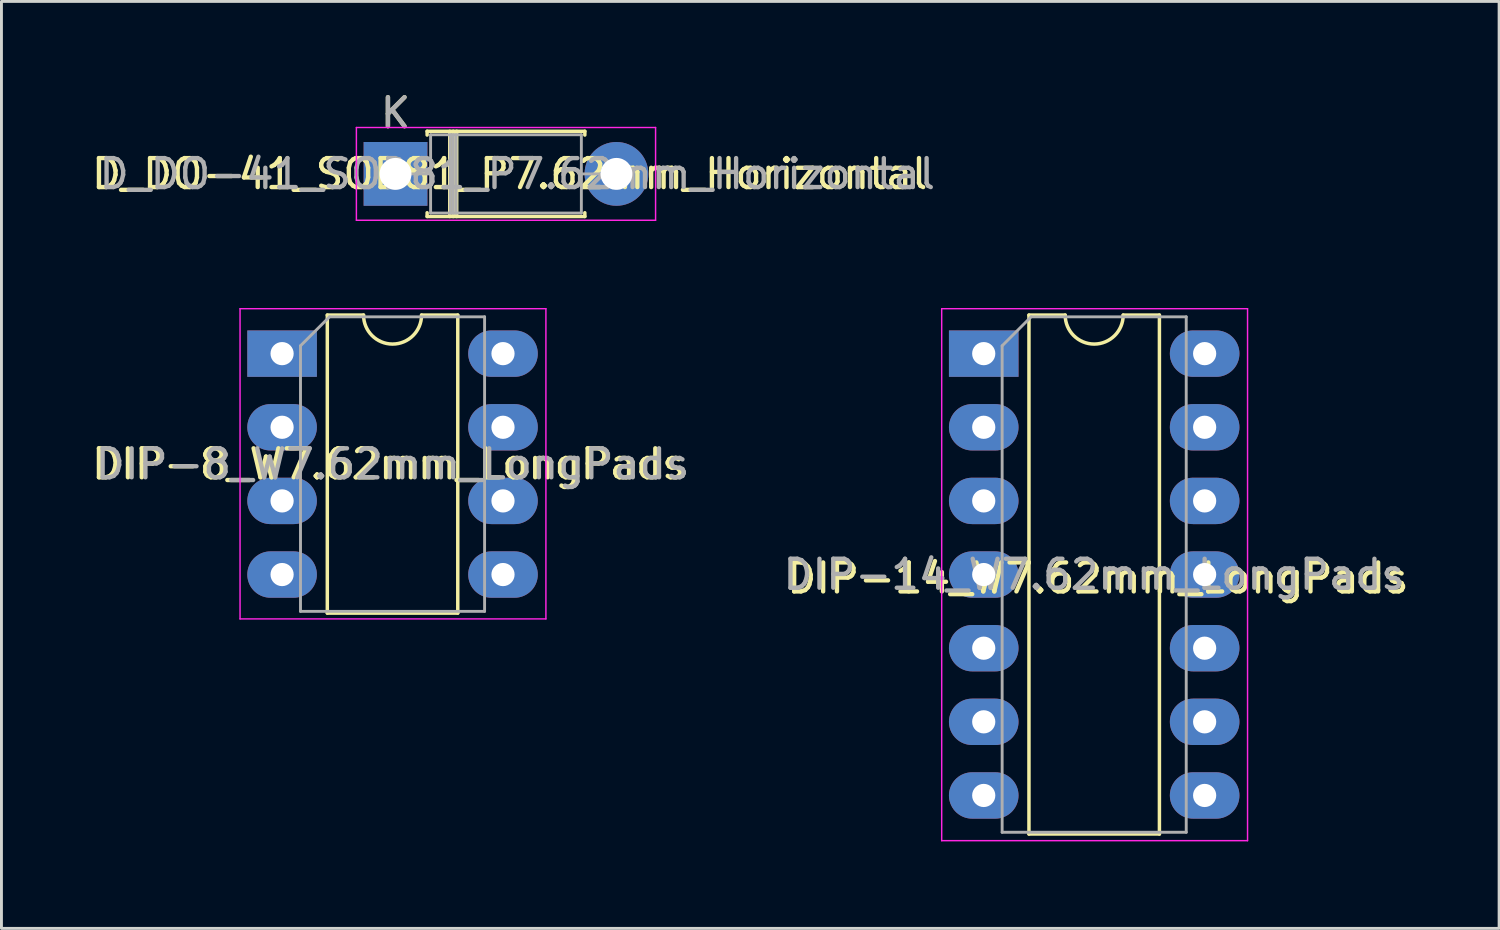
<source format=kicad_pcb>
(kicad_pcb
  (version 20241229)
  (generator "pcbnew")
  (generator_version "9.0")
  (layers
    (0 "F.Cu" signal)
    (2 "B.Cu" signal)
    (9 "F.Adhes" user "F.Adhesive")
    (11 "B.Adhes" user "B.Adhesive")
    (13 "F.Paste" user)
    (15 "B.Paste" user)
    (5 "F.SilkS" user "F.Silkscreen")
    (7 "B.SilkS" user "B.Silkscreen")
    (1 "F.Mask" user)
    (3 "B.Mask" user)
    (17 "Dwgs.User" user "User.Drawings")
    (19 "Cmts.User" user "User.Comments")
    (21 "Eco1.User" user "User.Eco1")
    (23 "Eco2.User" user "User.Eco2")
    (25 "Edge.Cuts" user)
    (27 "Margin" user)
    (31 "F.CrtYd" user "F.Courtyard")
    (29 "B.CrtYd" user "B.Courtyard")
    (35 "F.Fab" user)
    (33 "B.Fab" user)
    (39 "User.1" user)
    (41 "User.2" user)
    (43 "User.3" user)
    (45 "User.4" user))
  (footprint "D_DO-41_SOD81_P7.62mm_Horizontal"
    (layer "F.Cu")
    (at 10.593 2.948)
    (property "Reference" "D_DO-41_SOD81_P7.62mm_Horizontal" (at 3.937 0 180) (layer "F.SilkS") (effects (font (size 1 1) (thickness 0.15))))
    (attr through_hole)
    (fp_line (start 1.09 -1.47) (end 6.53 -1.47) (stroke (width 0.12) (type solid)) (layer "F.SilkS"))
    (fp_line (start 1.09 -1.34) (end 1.09 -1.47) (stroke (width 0.12) (type solid)) (layer "F.SilkS"))
    (fp_line (start 1.09 1.34) (end 1.09 1.47) (stroke (width 0.12) (type solid)) (layer "F.SilkS"))
    (fp_line (start 1.09 1.47) (end 6.53 1.47) (stroke (width 0.12) (type solid)) (layer "F.SilkS"))
    (fp_line (start 1.87 -1.47) (end 1.87 1.47) (stroke (width 0.12) (type solid)) (layer "F.SilkS"))
    (fp_line (start 1.99 -1.47) (end 1.99 1.47) (stroke (width 0.12) (type solid)) (layer "F.SilkS"))
    (fp_line (start 2.11 -1.47) (end 2.11 1.47) (stroke (width 0.12) (type solid)) (layer "F.SilkS"))
    (fp_line (start 6.53 -1.47) (end 6.53 -1.34) (stroke (width 0.12) (type solid)) (layer "F.SilkS"))
    (fp_line (start 6.53 1.47) (end 6.53 1.34) (stroke (width 0.12) (type solid)) (layer "F.SilkS"))
    (fp_line (start -1.35 -1.6) (end -1.35 1.6) (stroke (width 0.05) (type solid)) (layer "F.CrtYd"))
    (fp_line (start -1.35 1.6) (end 8.97 1.6) (stroke (width 0.05) (type solid)) (layer "F.CrtYd"))
    (fp_line (start 8.97 -1.6) (end -1.35 -1.6) (stroke (width 0.05) (type solid)) (layer "F.CrtYd"))
    (fp_line (start 8.97 1.6) (end 8.97 -1.6) (stroke (width 0.05) (type solid)) (layer "F.CrtYd"))
    (fp_line (start 0 0) (end 1.21 0) (stroke (width 0.1) (type solid)) (layer "F.Fab"))
    (fp_line (start 1.21 -1.35) (end 1.21 1.35) (stroke (width 0.1) (type solid)) (layer "F.Fab"))
    (fp_line (start 1.21 1.35) (end 6.41 1.35) (stroke (width 0.1) (type solid)) (layer "F.Fab"))
    (fp_line (start 1.89 -1.35) (end 1.89 1.35) (stroke (width 0.1) (type solid)) (layer "F.Fab"))
    (fp_line (start 1.99 -1.35) (end 1.99 1.35) (stroke (width 0.1) (type solid)) (layer "F.Fab"))
    (fp_line (start 2.09 -1.35) (end 2.09 1.35) (stroke (width 0.1) (type solid)) (layer "F.Fab"))
    (fp_line (start 6.41 -1.35) (end 1.21 -1.35) (stroke (width 0.1) (type solid)) (layer "F.Fab"))
    (fp_line (start 6.41 1.35) (end 6.41 -1.35) (stroke (width 0.1) (type solid)) (layer "F.Fab"))
    (fp_line (start 7.62 0) (end 6.41 0) (stroke (width 0.1) (type solid)) (layer "F.Fab"))
    (fp_text user "K" (at 0 -2.1 180) (layer "F.SilkS") (effects (font (size 1 1) (thickness 0.15))))
    (fp_text user "${REFERENCE}" (at 4.2 0 180) (layer "F.Fab") (effects (font (size 1 1) (thickness 0.15))))
    (fp_text user "K" (at 0 -2.1 180) (layer "F.Fab") (effects (font (size 1 1) (thickness 0.15))))
    (pad "1" thru_hole rect (at 0 0) (size 2.2 2.2) (drill 1.1) (layers "*.Cu" "*.Mask"))
    (pad "2" thru_hole oval (at 7.62 0) (size 2.2 2.2) (drill 1.1) (layers "*.Cu" "*.Mask")))
  (footprint "DIP-14_W7.62mm_LongPads"
    (layer "F.Cu")
    (at 30.882 9.148)
    (property "Reference" "DIP-14_W7.62mm_LongPads" (at 3.937 7.747 0) (layer "F.SilkS") (effects (font (size 1 1) (thickness 0.15))))
    (attr through_hole)
    (fp_line (start 1.56 -1.33) (end 1.56 16.57) (stroke (width 0.12) (type solid)) (layer "F.SilkS"))
    (fp_line (start 1.56 16.57) (end 6.06 16.57) (stroke (width 0.12) (type solid)) (layer "F.SilkS"))
    (fp_line (start 2.81 -1.33) (end 1.56 -1.33) (stroke (width 0.12) (type solid)) (layer "F.SilkS"))
    (fp_line (start 6.06 -1.33) (end 4.81 -1.33) (stroke (width 0.12) (type solid)) (layer "F.SilkS"))
    (fp_line (start 6.06 16.57) (end 6.06 -1.33) (stroke (width 0.12) (type solid)) (layer "F.SilkS"))
    (fp_arc (start 4.81 -1.33) (mid 3.81 -0.33) (end 2.81 -1.33) (stroke (width 0.12) (type solid)) (layer "F.SilkS"))
    (fp_line (start -1.45 -1.55) (end -1.45 16.8) (stroke (width 0.05) (type solid)) (layer "F.CrtYd"))
    (fp_line (start -1.45 16.8) (end 9.1 16.8) (stroke (width 0.05) (type solid)) (layer "F.CrtYd"))
    (fp_line (start 9.1 -1.55) (end -1.45 -1.55) (stroke (width 0.05) (type solid)) (layer "F.CrtYd"))
    (fp_line (start 9.1 16.8) (end 9.1 -1.55) (stroke (width 0.05) (type solid)) (layer "F.CrtYd"))
    (fp_line (start 0.635 -0.27) (end 1.635 -1.27) (stroke (width 0.1) (type solid)) (layer "F.Fab"))
    (fp_line (start 0.635 16.51) (end 0.635 -0.27) (stroke (width 0.1) (type solid)) (layer "F.Fab"))
    (fp_line (start 1.635 -1.27) (end 6.985 -1.27) (stroke (width 0.1) (type solid)) (layer "F.Fab"))
    (fp_line (start 6.985 -1.27) (end 6.985 16.51) (stroke (width 0.1) (type solid)) (layer "F.Fab"))
    (fp_line (start 6.985 16.51) (end 0.635 16.51) (stroke (width 0.1) (type solid)) (layer "F.Fab"))
    (fp_text user "${REFERENCE}" (at 3.81 7.62 0) (layer "F.Fab") (effects (font (size 1 1) (thickness 0.15))))
    (pad "1" thru_hole rect (at 0 0) (size 2.4 1.6) (drill 0.8) (layers "*.Cu" "*.Mask"))
    (pad "2" thru_hole oval (at 0 2.54) (size 2.4 1.6) (drill 0.8) (layers "*.Cu" "*.Mask"))
    (pad "3" thru_hole oval (at 0 5.08) (size 2.4 1.6) (drill 0.8) (layers "*.Cu" "*.Mask"))
    (pad "4" thru_hole oval (at 0 7.62) (size 2.4 1.6) (drill 0.8) (layers "*.Cu" "*.Mask"))
    (pad "5" thru_hole oval (at 0 10.16) (size 2.4 1.6) (drill 0.8) (layers "*.Cu" "*.Mask"))
    (pad "6" thru_hole oval (at 0 12.7) (size 2.4 1.6) (drill 0.8) (layers "*.Cu" "*.Mask"))
    (pad "7" thru_hole oval (at 0 15.24) (size 2.4 1.6) (drill 0.8) (layers "*.Cu" "*.Mask"))
    (pad "8" thru_hole oval (at 7.62 15.24) (size 2.4 1.6) (drill 0.8) (layers "*.Cu" "*.Mask"))
    (pad "9" thru_hole oval (at 7.62 12.7) (size 2.4 1.6) (drill 0.8) (layers "*.Cu" "*.Mask"))
    (pad "10" thru_hole oval (at 7.62 10.16) (size 2.4 1.6) (drill 0.8) (layers "*.Cu" "*.Mask"))
    (pad "11" thru_hole oval (at 7.62 7.62) (size 2.4 1.6) (drill 0.8) (layers "*.Cu" "*.Mask"))
    (pad "12" thru_hole oval (at 7.62 5.08) (size 2.4 1.6) (drill 0.8) (layers "*.Cu" "*.Mask"))
    (pad "13" thru_hole oval (at 7.62 2.54) (size 2.4 1.6) (drill 0.8) (layers "*.Cu" "*.Mask"))
    (pad "14" thru_hole oval (at 7.62 0) (size 2.4 1.6) (drill 0.8) (layers "*.Cu" "*.Mask")))
  (footprint "DIP-8_W7.62mm_LongPads"
    (layer "F.Cu")
    (at 6.68 9.148)
    (property "Reference" "DIP-8_W7.62mm_LongPads" (at 3.683 3.81 0) (layer "F.SilkS") (effects (font (size 1 1) (thickness 0.15))))
    (attr through_hole)
    (fp_line (start 1.56 -1.33) (end 1.56 8.95) (stroke (width 0.12) (type solid)) (layer "F.SilkS"))
    (fp_line (start 1.56 8.95) (end 6.06 8.95) (stroke (width 0.12) (type solid)) (layer "F.SilkS"))
    (fp_line (start 2.81 -1.33) (end 1.56 -1.33) (stroke (width 0.12) (type solid)) (layer "F.SilkS"))
    (fp_line (start 6.06 -1.33) (end 4.81 -1.33) (stroke (width 0.12) (type solid)) (layer "F.SilkS"))
    (fp_line (start 6.06 8.95) (end 6.06 -1.33) (stroke (width 0.12) (type solid)) (layer "F.SilkS"))
    (fp_arc (start 4.81 -1.33) (mid 3.81 -0.33) (end 2.81 -1.33) (stroke (width 0.12) (type solid)) (layer "F.SilkS"))
    (fp_line (start -1.45 -1.55) (end -1.45 9.15) (stroke (width 0.05) (type solid)) (layer "F.CrtYd"))
    (fp_line (start -1.45 9.15) (end 9.1 9.15) (stroke (width 0.05) (type solid)) (layer "F.CrtYd"))
    (fp_line (start 9.1 -1.55) (end -1.45 -1.55) (stroke (width 0.05) (type solid)) (layer "F.CrtYd"))
    (fp_line (start 9.1 9.15) (end 9.1 -1.55) (stroke (width 0.05) (type solid)) (layer "F.CrtYd"))
    (fp_line (start 0.635 -0.27) (end 1.635 -1.27) (stroke (width 0.1) (type solid)) (layer "F.Fab"))
    (fp_line (start 0.635 8.89) (end 0.635 -0.27) (stroke (width 0.1) (type solid)) (layer "F.Fab"))
    (fp_line (start 1.635 -1.27) (end 6.985 -1.27) (stroke (width 0.1) (type solid)) (layer "F.Fab"))
    (fp_line (start 6.985 -1.27) (end 6.985 8.89) (stroke (width 0.1) (type solid)) (layer "F.Fab"))
    (fp_line (start 6.985 8.89) (end 0.635 8.89) (stroke (width 0.1) (type solid)) (layer "F.Fab"))
    (fp_text user "${REFERENCE}" (at 3.81 3.81 0) (layer "F.Fab") (effects (font (size 1 1) (thickness 0.15))))
    (pad "1" thru_hole rect (at 0 0) (size 2.4 1.6) (drill 0.8) (layers "*.Cu" "*.Mask"))
    (pad "2" thru_hole oval (at 0 2.54) (size 2.4 1.6) (drill 0.8) (layers "*.Cu" "*.Mask"))
    (pad "3" thru_hole oval (at 0 5.08) (size 2.4 1.6) (drill 0.8) (layers "*.Cu" "*.Mask"))
    (pad "4" thru_hole oval (at 0 7.62) (size 2.4 1.6) (drill 0.8) (layers "*.Cu" "*.Mask"))
    (pad "5" thru_hole oval (at 7.62 7.62) (size 2.4 1.6) (drill 0.8) (layers "*.Cu" "*.Mask"))
    (pad "6" thru_hole oval (at 7.62 5.08) (size 2.4 1.6) (drill 0.8) (layers "*.Cu" "*.Mask"))
    (pad "7" thru_hole oval (at 7.62 2.54) (size 2.4 1.6) (drill 0.8) (layers "*.Cu" "*.Mask"))
    (pad "8" thru_hole oval (at 7.62 0) (size 2.4 1.6) (drill 0.8) (layers "*.Cu" "*.Mask")))
  (gr_rect
    (start -3 -3)
    (end 48.659 28.973)
    (stroke (width 0.1) (type default))
    (fill no)
    (layer "Edge.Cuts")))
</source>
